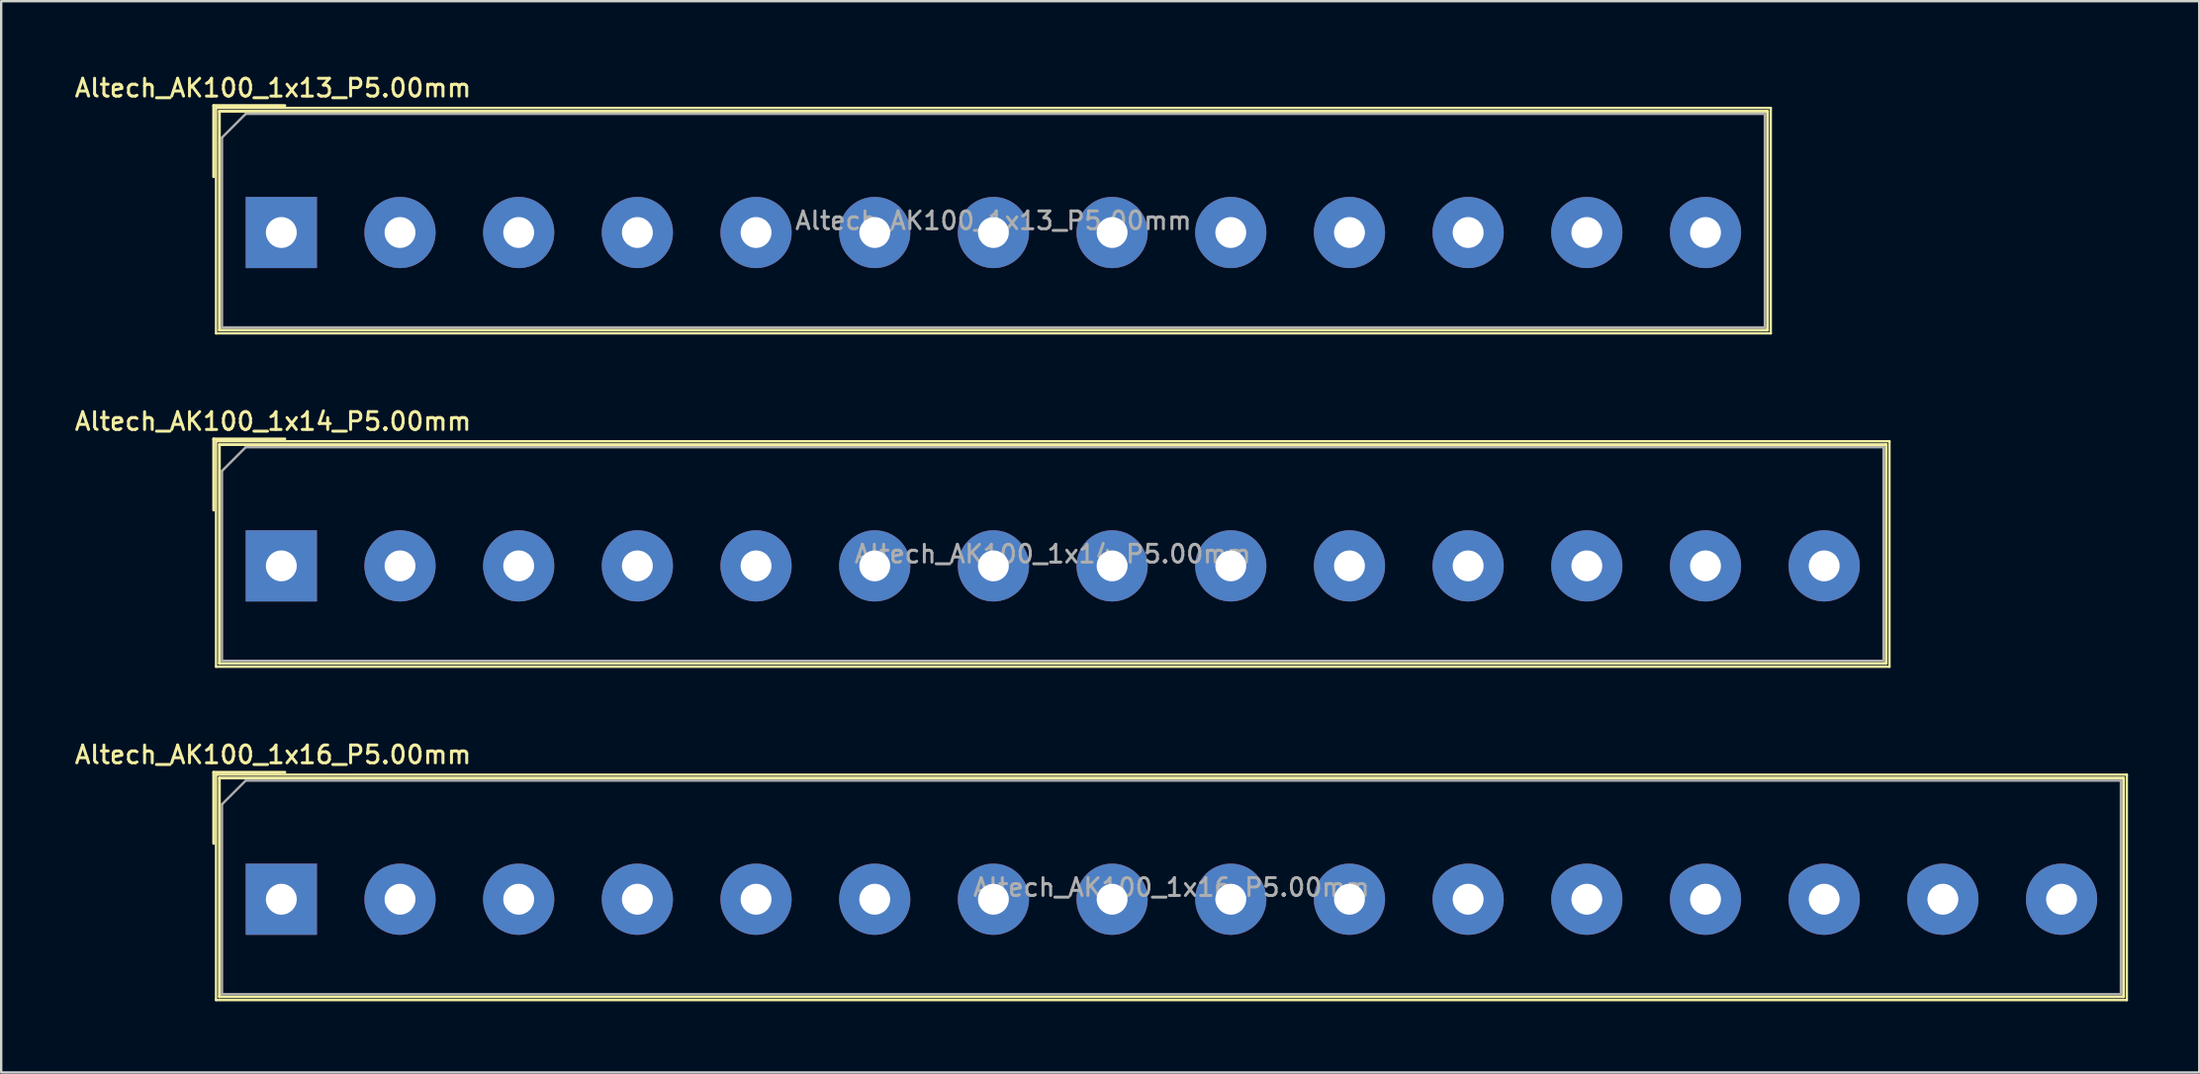
<source format=kicad_pcb>
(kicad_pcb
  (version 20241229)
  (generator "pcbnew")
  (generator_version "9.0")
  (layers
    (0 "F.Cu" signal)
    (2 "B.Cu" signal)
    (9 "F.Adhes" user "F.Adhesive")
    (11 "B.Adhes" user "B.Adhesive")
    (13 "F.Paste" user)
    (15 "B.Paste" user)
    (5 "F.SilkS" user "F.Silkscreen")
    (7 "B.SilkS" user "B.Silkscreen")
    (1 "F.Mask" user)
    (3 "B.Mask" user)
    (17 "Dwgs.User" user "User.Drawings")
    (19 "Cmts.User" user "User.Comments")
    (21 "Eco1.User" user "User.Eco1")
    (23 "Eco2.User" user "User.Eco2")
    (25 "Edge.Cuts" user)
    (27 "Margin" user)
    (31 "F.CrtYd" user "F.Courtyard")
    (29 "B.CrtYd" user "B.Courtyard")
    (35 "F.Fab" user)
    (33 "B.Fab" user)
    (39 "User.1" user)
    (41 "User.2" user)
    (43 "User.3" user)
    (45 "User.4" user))
  (footprint "Altech_AK100_1x14_P5.00mm"
    (layer "F.Cu")
    (at 8.802 20.796)
    (property "Reference" "Altech_AK100_1x14_P5.00mm" (at -0.35 -6.09 0) (layer "F.SilkS") (effects (font (size 0.75 0.75) (thickness 0.125))))
    (attr through_hole)
    (fp_line (start -2.85 -5.35) (end 0.15 -5.35) (stroke (width 0.12) (type solid)) (layer "F.SilkS"))
    (fp_line (start -2.85 -2.35) (end -2.85 -5.35) (stroke (width 0.12) (type solid)) (layer "F.SilkS"))
    (fp_line (start -2.75 -5.25) (end -2.75 4.25) (stroke (width 0.1) (type solid)) (layer "F.SilkS"))
    (fp_line (start -2.75 -5.25) (end 67.75 -5.25) (stroke (width 0.1) (type solid)) (layer "F.SilkS"))
    (fp_line (start -2.75 4.25) (end 67.75 4.25) (stroke (width 0.1) (type solid)) (layer "F.SilkS"))
    (fp_line (start -2.61 -5.11) (end -2.61 4.11) (stroke (width 0.12) (type solid)) (layer "F.SilkS"))
    (fp_line (start -2.61 -5.11) (end 67.61 -5.11) (stroke (width 0.12) (type solid)) (layer "F.SilkS"))
    (fp_line (start -2.61 4.11) (end 67.61 4.11) (stroke (width 0.12) (type solid)) (layer "F.SilkS"))
    (fp_line (start 67.61 -5.11) (end 67.61 4.11) (stroke (width 0.12) (type solid)) (layer "F.SilkS"))
    (fp_line (start 67.75 -5.25) (end 67.75 4.25) (stroke (width 0.1) (type solid)) (layer "F.SilkS"))
    (fp_line (start -2.5 -4) (end -1.5 -5) (stroke (width 0.1) (type solid)) (layer "F.Fab"))
    (fp_line (start -2.5 4) (end -2.5 -4) (stroke (width 0.1) (type solid)) (layer "F.Fab"))
    (fp_line (start -1.5 -5) (end 67.5 -5) (stroke (width 0.1) (type solid)) (layer "F.Fab"))
    (fp_line (start 67.5 -5) (end 67.5 4) (stroke (width 0.1) (type solid)) (layer "F.Fab"))
    (fp_line (start 67.5 4) (end -2.5 4) (stroke (width 0.1) (type solid)) (layer "F.Fab"))
    (fp_text user "${REFERENCE}" (at 32.5 -0.5 0) (layer "F.Fab") (effects (font (size 0.75 0.75) (thickness 0.125))))
    (pad "1" thru_hole rect (at 0 0) (size 3 3) (drill 1.3) (layers "*.Cu" "*.Mask"))
    (pad "2" thru_hole circle (at 5 0) (size 3 3) (drill 1.3) (layers "*.Cu" "*.Mask"))
    (pad "3" thru_hole circle (at 10 0) (size 3 3) (drill 1.3) (layers "*.Cu" "*.Mask"))
    (pad "4" thru_hole circle (at 15 0) (size 3 3) (drill 1.3) (layers "*.Cu" "*.Mask"))
    (pad "5" thru_hole circle (at 20 0) (size 3 3) (drill 1.3) (layers "*.Cu" "*.Mask"))
    (pad "6" thru_hole circle (at 25 0) (size 3 3) (drill 1.3) (layers "*.Cu" "*.Mask"))
    (pad "7" thru_hole circle (at 30 0) (size 3 3) (drill 1.3) (layers "*.Cu" "*.Mask"))
    (pad "8" thru_hole circle (at 35 0) (size 3 3) (drill 1.3) (layers "*.Cu" "*.Mask"))
    (pad "9" thru_hole circle (at 40 0) (size 3 3) (drill 1.3) (layers "*.Cu" "*.Mask"))
    (pad "10" thru_hole circle (at 45 0) (size 3 3) (drill 1.3) (layers "*.Cu" "*.Mask"))
    (pad "11" thru_hole circle (at 50 0) (size 3 3) (drill 1.3) (layers "*.Cu" "*.Mask"))
    (pad "12" thru_hole circle (at 55 0) (size 3 3) (drill 1.3) (layers "*.Cu" "*.Mask"))
    (pad "13" thru_hole circle (at 60 0) (size 3 3) (drill 1.3) (layers "*.Cu" "*.Mask"))
    (pad "14" thru_hole circle (at 65 0) (size 3 3) (drill 1.3) (layers "*.Cu" "*.Mask")))
  (footprint "Altech_AK100_1x13_P5.00mm"
    (layer "F.Cu")
    (at 8.802 6.748)
    (property "Reference" "Altech_AK100_1x13_P5.00mm" (at -0.35 -6.09 0) (layer "F.SilkS") (effects (font (size 0.75 0.75) (thickness 0.125))))
    (attr through_hole)
    (fp_line (start -2.85 -5.35) (end 0.15 -5.35) (stroke (width 0.12) (type solid)) (layer "F.SilkS"))
    (fp_line (start -2.85 -2.35) (end -2.85 -5.35) (stroke (width 0.12) (type solid)) (layer "F.SilkS"))
    (fp_line (start -2.75 -5.25) (end -2.75 4.25) (stroke (width 0.1) (type solid)) (layer "F.SilkS"))
    (fp_line (start -2.75 -5.25) (end 62.75 -5.25) (stroke (width 0.1) (type solid)) (layer "F.SilkS"))
    (fp_line (start -2.75 4.25) (end 62.75 4.25) (stroke (width 0.1) (type solid)) (layer "F.SilkS"))
    (fp_line (start -2.61 -5.11) (end -2.61 4.11) (stroke (width 0.12) (type solid)) (layer "F.SilkS"))
    (fp_line (start -2.61 -5.11) (end 62.61 -5.11) (stroke (width 0.12) (type solid)) (layer "F.SilkS"))
    (fp_line (start -2.61 4.11) (end 62.61 4.11) (stroke (width 0.12) (type solid)) (layer "F.SilkS"))
    (fp_line (start 62.61 -5.11) (end 62.61 4.11) (stroke (width 0.12) (type solid)) (layer "F.SilkS"))
    (fp_line (start 62.75 -5.25) (end 62.75 4.25) (stroke (width 0.1) (type solid)) (layer "F.SilkS"))
    (fp_line (start -2.5 -4) (end -1.5 -5) (stroke (width 0.1) (type solid)) (layer "F.Fab"))
    (fp_line (start -2.5 4) (end -2.5 -4) (stroke (width 0.1) (type solid)) (layer "F.Fab"))
    (fp_line (start -1.5 -5) (end 62.5 -5) (stroke (width 0.1) (type solid)) (layer "F.Fab"))
    (fp_line (start 62.5 -5) (end 62.5 4) (stroke (width 0.1) (type solid)) (layer "F.Fab"))
    (fp_line (start 62.5 4) (end -2.5 4) (stroke (width 0.1) (type solid)) (layer "F.Fab"))
    (fp_text user "${REFERENCE}" (at 30 -0.5 0) (layer "F.Fab") (effects (font (size 0.75 0.75) (thickness 0.125))))
    (pad "1" thru_hole rect (at 0 0) (size 3 3) (drill 1.3) (layers "*.Cu" "*.Mask"))
    (pad "2" thru_hole circle (at 5 0) (size 3 3) (drill 1.3) (layers "*.Cu" "*.Mask"))
    (pad "3" thru_hole circle (at 10 0) (size 3 3) (drill 1.3) (layers "*.Cu" "*.Mask"))
    (pad "4" thru_hole circle (at 15 0) (size 3 3) (drill 1.3) (layers "*.Cu" "*.Mask"))
    (pad "5" thru_hole circle (at 20 0) (size 3 3) (drill 1.3) (layers "*.Cu" "*.Mask"))
    (pad "6" thru_hole circle (at 25 0) (size 3 3) (drill 1.3) (layers "*.Cu" "*.Mask"))
    (pad "7" thru_hole circle (at 30 0) (size 3 3) (drill 1.3) (layers "*.Cu" "*.Mask"))
    (pad "8" thru_hole circle (at 35 0) (size 3 3) (drill 1.3) (layers "*.Cu" "*.Mask"))
    (pad "9" thru_hole circle (at 40 0) (size 3 3) (drill 1.3) (layers "*.Cu" "*.Mask"))
    (pad "10" thru_hole circle (at 45 0) (size 3 3) (drill 1.3) (layers "*.Cu" "*.Mask"))
    (pad "11" thru_hole circle (at 50 0) (size 3 3) (drill 1.3) (layers "*.Cu" "*.Mask"))
    (pad "12" thru_hole circle (at 55 0) (size 3 3) (drill 1.3) (layers "*.Cu" "*.Mask"))
    (pad "13" thru_hole circle (at 60 0) (size 3 3) (drill 1.3) (layers "*.Cu" "*.Mask")))
  (footprint "Altech_AK100_1x16_P5.00mm"
    (layer "F.Cu")
    (at 8.802 34.844)
    (property "Reference" "Altech_AK100_1x16_P5.00mm" (at -0.35 -6.09 0) (layer "F.SilkS") (effects (font (size 0.75 0.75) (thickness 0.125))))
    (attr through_hole)
    (fp_line (start -2.85 -5.35) (end 0.15 -5.35) (stroke (width 0.12) (type solid)) (layer "F.SilkS"))
    (fp_line (start -2.85 -2.35) (end -2.85 -5.35) (stroke (width 0.12) (type solid)) (layer "F.SilkS"))
    (fp_line (start -2.75 -5.25) (end -2.75 4.25) (stroke (width 0.1) (type solid)) (layer "F.SilkS"))
    (fp_line (start -2.75 -5.25) (end 77.75 -5.25) (stroke (width 0.1) (type solid)) (layer "F.SilkS"))
    (fp_line (start -2.75 4.25) (end 77.75 4.25) (stroke (width 0.1) (type solid)) (layer "F.SilkS"))
    (fp_line (start -2.61 -5.11) (end -2.61 4.11) (stroke (width 0.12) (type solid)) (layer "F.SilkS"))
    (fp_line (start -2.61 -5.11) (end 77.61 -5.11) (stroke (width 0.12) (type solid)) (layer "F.SilkS"))
    (fp_line (start -2.61 4.11) (end 77.61 4.11) (stroke (width 0.12) (type solid)) (layer "F.SilkS"))
    (fp_line (start 77.61 -5.11) (end 77.61 4.11) (stroke (width 0.12) (type solid)) (layer "F.SilkS"))
    (fp_line (start 77.75 -5.25) (end 77.75 4.25) (stroke (width 0.1) (type solid)) (layer "F.SilkS"))
    (fp_line (start -2.5 -4) (end -1.5 -5) (stroke (width 0.1) (type solid)) (layer "F.Fab"))
    (fp_line (start -2.5 4) (end -2.5 -4) (stroke (width 0.1) (type solid)) (layer "F.Fab"))
    (fp_line (start -1.5 -5) (end 77.5 -5) (stroke (width 0.1) (type solid)) (layer "F.Fab"))
    (fp_line (start 77.5 -5) (end 77.5 4) (stroke (width 0.1) (type solid)) (layer "F.Fab"))
    (fp_line (start 77.5 4) (end -2.5 4) (stroke (width 0.1) (type solid)) (layer "F.Fab"))
    (fp_text user "${REFERENCE}" (at 37.5 -0.5 0) (layer "F.Fab") (effects (font (size 0.75 0.75) (thickness 0.125))))
    (pad "1" thru_hole rect (at 0 0) (size 3 3) (drill 1.3) (layers "*.Cu" "*.Mask"))
    (pad "2" thru_hole circle (at 5 0) (size 3 3) (drill 1.3) (layers "*.Cu" "*.Mask"))
    (pad "3" thru_hole circle (at 10 0) (size 3 3) (drill 1.3) (layers "*.Cu" "*.Mask"))
    (pad "4" thru_hole circle (at 15 0) (size 3 3) (drill 1.3) (layers "*.Cu" "*.Mask"))
    (pad "5" thru_hole circle (at 20 0) (size 3 3) (drill 1.3) (layers "*.Cu" "*.Mask"))
    (pad "6" thru_hole circle (at 25 0) (size 3 3) (drill 1.3) (layers "*.Cu" "*.Mask"))
    (pad "7" thru_hole circle (at 30 0) (size 3 3) (drill 1.3) (layers "*.Cu" "*.Mask"))
    (pad "8" thru_hole circle (at 35 0) (size 3 3) (drill 1.3) (layers "*.Cu" "*.Mask"))
    (pad "9" thru_hole circle (at 40 0) (size 3 3) (drill 1.3) (layers "*.Cu" "*.Mask"))
    (pad "10" thru_hole circle (at 45 0) (size 3 3) (drill 1.3) (layers "*.Cu" "*.Mask"))
    (pad "11" thru_hole circle (at 50 0) (size 3 3) (drill 1.3) (layers "*.Cu" "*.Mask"))
    (pad "12" thru_hole circle (at 55 0) (size 3 3) (drill 1.3) (layers "*.Cu" "*.Mask"))
    (pad "13" thru_hole circle (at 60 0) (size 3 3) (drill 1.3) (layers "*.Cu" "*.Mask"))
    (pad "14" thru_hole circle (at 65 0) (size 3 3) (drill 1.3) (layers "*.Cu" "*.Mask"))
    (pad "15" thru_hole circle (at 70 0) (size 3 3) (drill 1.3) (layers "*.Cu" "*.Mask"))
    (pad "16" thru_hole circle (at 75 0) (size 3 3) (drill 1.3) (layers "*.Cu" "*.Mask")))
  (gr_rect
    (start -3 -3)
    (end 89.602 42.144)
    (stroke (width 0.1) (type default))
    (fill no)
    (layer "Edge.Cuts")))
</source>
